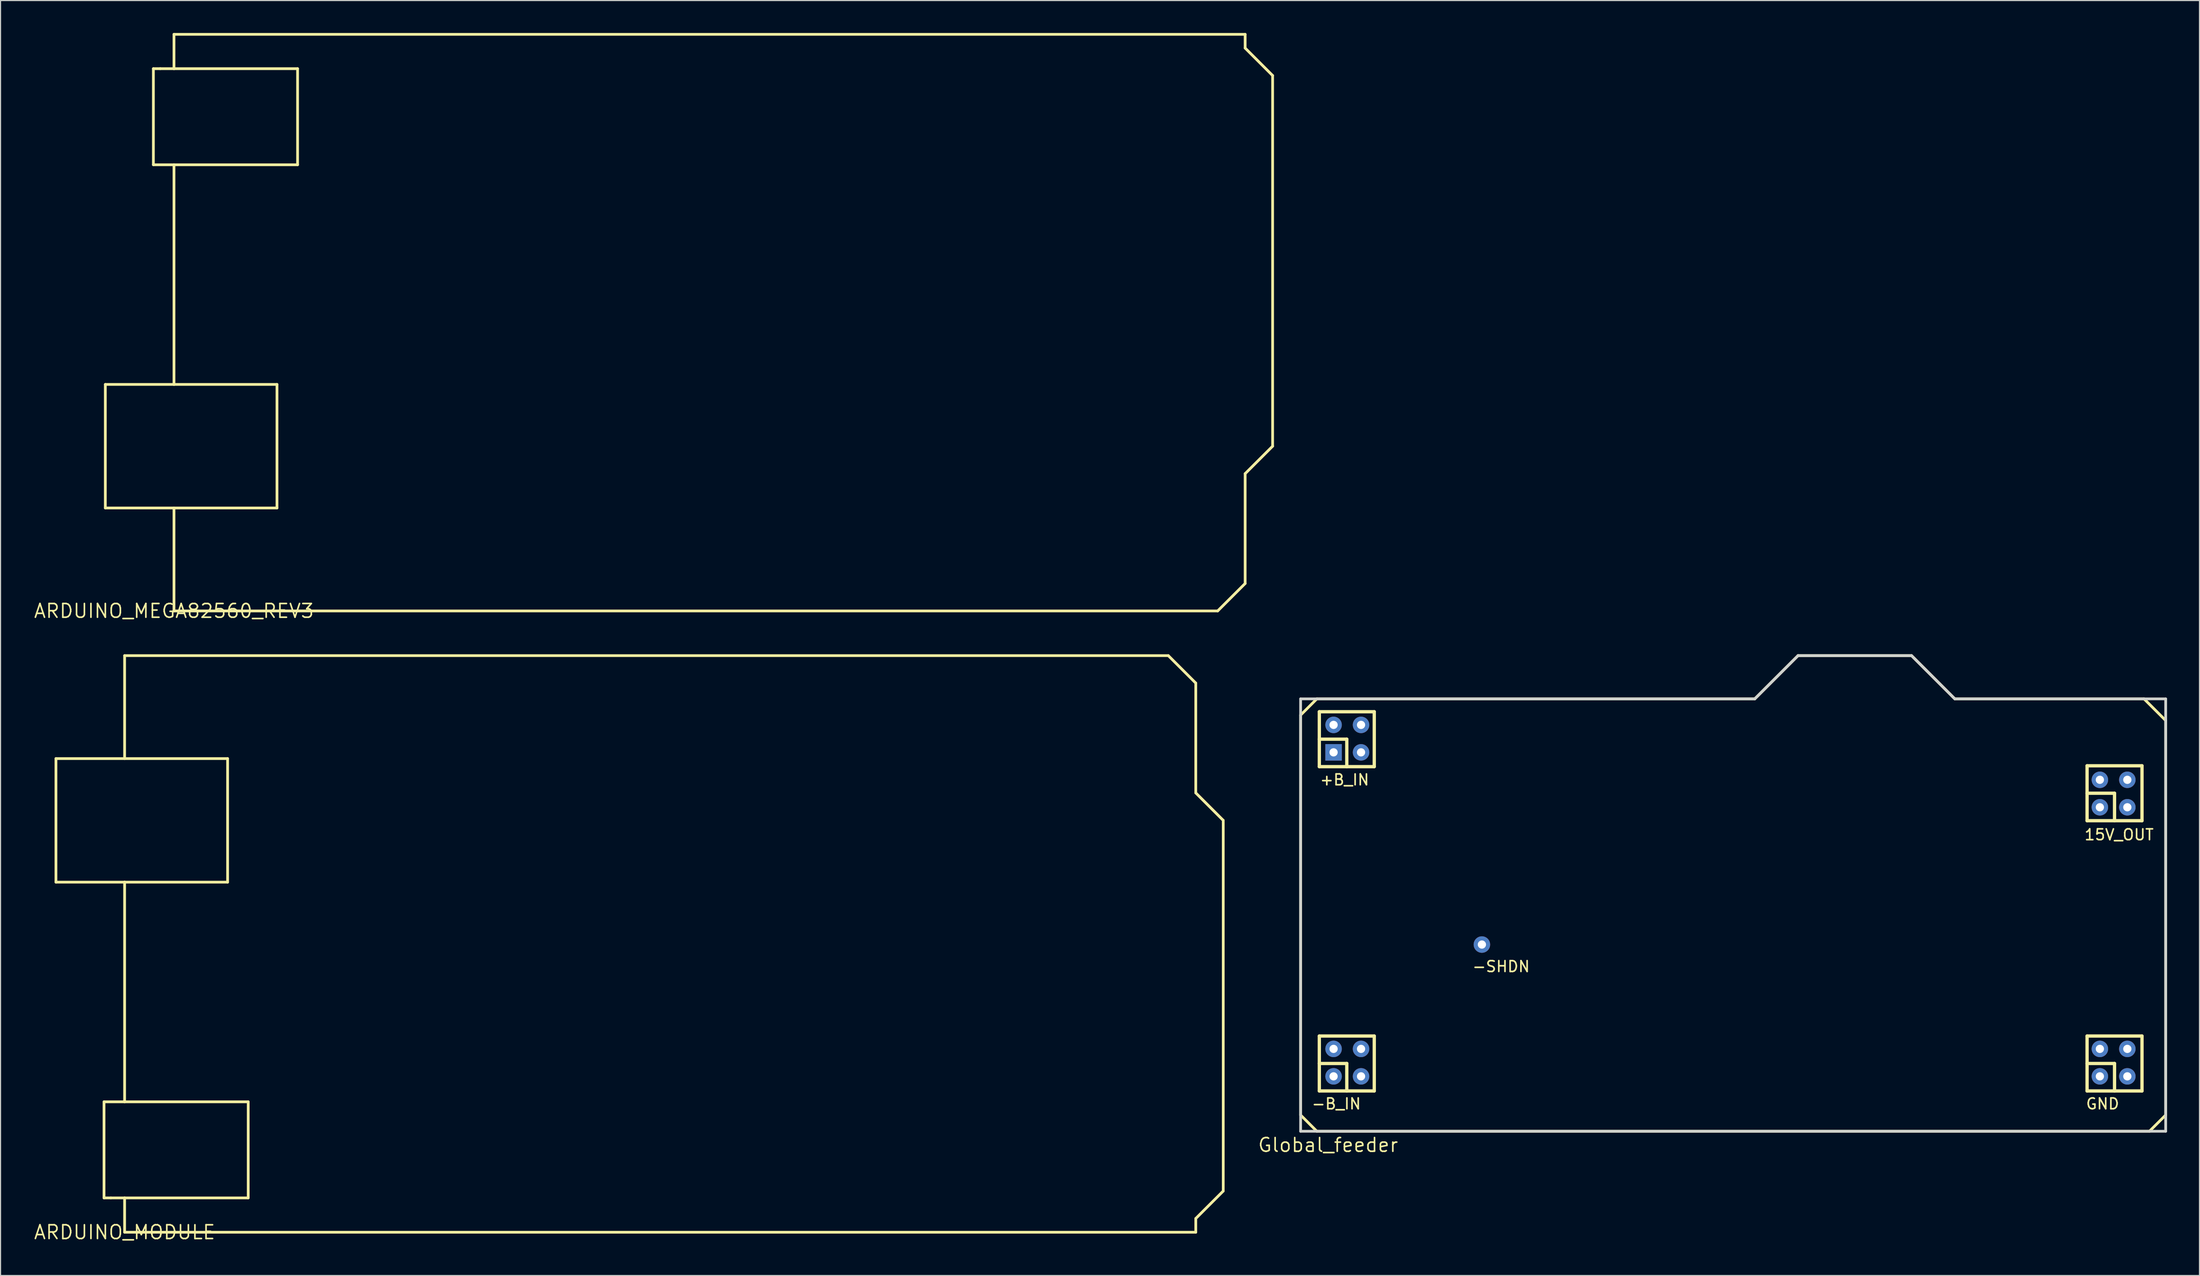
<source format=kicad_pcb>
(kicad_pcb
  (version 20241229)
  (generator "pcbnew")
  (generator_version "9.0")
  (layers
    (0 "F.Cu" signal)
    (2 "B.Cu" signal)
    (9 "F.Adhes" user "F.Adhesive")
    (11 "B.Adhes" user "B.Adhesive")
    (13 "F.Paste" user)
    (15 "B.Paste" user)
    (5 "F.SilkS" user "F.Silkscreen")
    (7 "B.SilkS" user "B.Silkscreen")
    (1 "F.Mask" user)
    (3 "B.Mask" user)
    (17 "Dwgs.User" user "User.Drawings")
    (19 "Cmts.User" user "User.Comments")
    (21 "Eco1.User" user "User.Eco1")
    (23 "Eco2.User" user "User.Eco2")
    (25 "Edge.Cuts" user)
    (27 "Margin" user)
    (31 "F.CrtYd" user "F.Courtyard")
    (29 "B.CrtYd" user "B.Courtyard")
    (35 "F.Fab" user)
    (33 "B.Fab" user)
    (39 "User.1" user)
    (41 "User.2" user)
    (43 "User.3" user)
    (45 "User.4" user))
  (footprint "ARDUINO_MODULE"
    (layer "F.Cu")
    (at 8.474 110.94)
    (property "Reference" "ARDUINO_MODULE" (at 0 0 0) (layer "F.SilkS") (effects (font (size 1.27 1.27) (thickness 0.15))))
    (attr through_hole)
    (fp_line (start -6.35 -43.815) (end 9.525 -43.815) (stroke (width 0.254) (type solid)) (layer "F.SilkS"))
    (fp_line (start -6.35 -32.385) (end -6.35 -43.815) (stroke (width 0.254) (type solid)) (layer "F.SilkS"))
    (fp_line (start -6.35 -32.385) (end 0 -32.385) (stroke (width 0.254) (type solid)) (layer "F.SilkS"))
    (fp_line (start -1.905 -12.065) (end 0 -12.065) (stroke (width 0.254) (type solid)) (layer "F.SilkS"))
    (fp_line (start -1.905 -3.175) (end -1.905 -12.065) (stroke (width 0.254) (type solid)) (layer "F.SilkS"))
    (fp_line (start -1.905 -3.175) (end -1.27 -3.175) (stroke (width 0.254) (type solid)) (layer "F.SilkS"))
    (fp_line (start -1.27 -3.175) (end 0 -3.175) (stroke (width 0.254) (type solid)) (layer "F.SilkS"))
    (fp_line (start 0 -53.34) (end 96.52 -53.34) (stroke (width 0.254) (type solid)) (layer "F.SilkS"))
    (fp_line (start 0 -43.815) (end 0 -53.34) (stroke (width 0.254) (type solid)) (layer "F.SilkS"))
    (fp_line (start 0 -32.385) (end 9.525 -32.385) (stroke (width 0.254) (type solid)) (layer "F.SilkS"))
    (fp_line (start 0 -12.065) (end 0 -32.385) (stroke (width 0.254) (type solid)) (layer "F.SilkS"))
    (fp_line (start 0 -12.065) (end 11.43 -12.065) (stroke (width 0.254) (type solid)) (layer "F.SilkS"))
    (fp_line (start 0 -3.175) (end 11.43 -3.175) (stroke (width 0.254) (type solid)) (layer "F.SilkS"))
    (fp_line (start 0 0) (end 0 -3.175) (stroke (width 0.254) (type solid)) (layer "F.SilkS"))
    (fp_line (start 0 0) (end 99.06 0) (stroke (width 0.254) (type solid)) (layer "F.SilkS"))
    (fp_line (start 9.525 -32.385) (end 9.525 -43.815) (stroke (width 0.254) (type solid)) (layer "F.SilkS"))
    (fp_line (start 11.43 -3.175) (end 11.43 -12.065) (stroke (width 0.254) (type solid)) (layer "F.SilkS"))
    (fp_line (start 96.52 -53.34) (end 99.06 -50.8) (stroke (width 0.254) (type solid)) (layer "F.SilkS"))
    (fp_line (start 99.06 -40.64) (end 99.06 -50.8) (stroke (width 0.254) (type solid)) (layer "F.SilkS"))
    (fp_line (start 99.06 -40.64) (end 101.6 -38.1) (stroke (width 0.254) (type solid)) (layer "F.SilkS"))
    (fp_line (start 99.06 -1.27) (end 101.6 -3.81) (stroke (width 0.254) (type solid)) (layer "F.SilkS"))
    (fp_line (start 99.06 0) (end 99.06 -1.27) (stroke (width 0.254) (type solid)) (layer "F.SilkS"))
    (fp_line (start 101.6 -3.81) (end 101.6 -38.1) (stroke (width 0.254) (type solid)) (layer "F.SilkS")))
  (footprint "ARDUINO_MEGA82560_REV3"
    (layer "F.Cu")
    (at 13.04 53.467)
    (property "Reference" "ARDUINO_MEGA82560_REV3" (at 0 0 0) (layer "F.SilkS") (effects (font (size 1.27 1.27) (thickness 0.15))))
    (attr through_hole)
    (fp_line (start -6.35 -20.955) (end 0 -20.955) (stroke (width 0.254) (type solid)) (layer "F.SilkS"))
    (fp_line (start -6.35 -9.525) (end -6.35 -20.955) (stroke (width 0.254) (type solid)) (layer "F.SilkS"))
    (fp_line (start -6.35 -9.525) (end 9.525 -9.525) (stroke (width 0.254) (type solid)) (layer "F.SilkS"))
    (fp_line (start -1.905 -50.165) (end -1.27 -50.165) (stroke (width 0.254) (type solid)) (layer "F.SilkS"))
    (fp_line (start -1.905 -41.275) (end -1.905 -50.165) (stroke (width 0.254) (type solid)) (layer "F.SilkS"))
    (fp_line (start -1.905 -41.275) (end 0 -41.275) (stroke (width 0.254) (type solid)) (layer "F.SilkS"))
    (fp_line (start -1.27 -50.165) (end 0 -50.165) (stroke (width 0.254) (type solid)) (layer "F.SilkS"))
    (fp_line (start 0 -53.34) (end 99.06 -53.34) (stroke (width 0.254) (type solid)) (layer "F.SilkS"))
    (fp_line (start 0 -50.165) (end 0 -53.34) (stroke (width 0.254) (type solid)) (layer "F.SilkS"))
    (fp_line (start 0 -50.165) (end 11.43 -50.165) (stroke (width 0.254) (type solid)) (layer "F.SilkS"))
    (fp_line (start 0 -41.275) (end 11.43 -41.275) (stroke (width 0.254) (type solid)) (layer "F.SilkS"))
    (fp_line (start 0 -20.955) (end 0 -41.275) (stroke (width 0.254) (type solid)) (layer "F.SilkS"))
    (fp_line (start 0 -20.955) (end 9.525 -20.955) (stroke (width 0.254) (type solid)) (layer "F.SilkS"))
    (fp_line (start 0 0) (end 0 -9.525) (stroke (width 0.254) (type solid)) (layer "F.SilkS"))
    (fp_line (start 0 0) (end 96.52 0) (stroke (width 0.254) (type solid)) (layer "F.SilkS"))
    (fp_line (start 9.525 -9.525) (end 9.525 -20.955) (stroke (width 0.254) (type solid)) (layer "F.SilkS"))
    (fp_line (start 11.43 -41.275) (end 11.43 -50.165) (stroke (width 0.254) (type solid)) (layer "F.SilkS"))
    (fp_line (start 96.52 0) (end 99.06 -2.54) (stroke (width 0.254) (type solid)) (layer "F.SilkS"))
    (fp_line (start 99.06 -52.07) (end 99.06 -53.34) (stroke (width 0.254) (type solid)) (layer "F.SilkS"))
    (fp_line (start 99.06 -52.07) (end 101.6 -49.53) (stroke (width 0.254) (type solid)) (layer "F.SilkS"))
    (fp_line (start 99.06 -12.7) (end 101.6 -15.24) (stroke (width 0.254) (type solid)) (layer "F.SilkS"))
    (fp_line (start 99.06 -2.54) (end 99.06 -12.7) (stroke (width 0.254) (type solid)) (layer "F.SilkS"))
    (fp_line (start 101.6 -15.24) (end 101.6 -49.53) (stroke (width 0.254) (type solid)) (layer "F.SilkS")))
  (footprint "Global_feeder"
    (layer "F.Cu")
    (at 117.23 101.6)
    (property "Reference" "Global_feeder" (at 2.54 1.27 0) (layer "F.SilkS") (effects (font (size 1.27 1.27) (thickness 0.15))))
    (attr through_hole)
    (fp_line (start 0 -38.5) (end 1.5 -40) (stroke (width 0.254) (type solid)) (layer "F.SilkS"))
    (fp_line (start 0 -1.5) (end 1.5 -0.00001) (stroke (width 0.254) (type solid)) (layer "F.SilkS"))
    (fp_line (start 0 -1.5) (end 0 -38.5) (stroke (width 0.254) (type solid)) (layer "F.SilkS"))
    (fp_line (start 1.5 -40) (end 42 -40) (stroke (width 0.254) (type solid)) (layer "F.SilkS"))
    (fp_line (start 1.5 -0.00001) (end 78.5 -0.00001) (stroke (width 0.254) (type solid)) (layer "F.SilkS"))
    (fp_line (start 1.73 -38.81) (end 6.81 -38.81) (stroke (width 0.305) (type solid)) (layer "F.SilkS"))
    (fp_line (start 1.73 -36.27) (end 4.27 -36.27) (stroke (width 0.305) (type solid)) (layer "F.SilkS"))
    (fp_line (start 1.73 -33.73) (end 1.73 -38.81) (stroke (width 0.305) (type solid)) (layer "F.SilkS"))
    (fp_line (start 1.73 -33.73) (end 6.81 -33.73) (stroke (width 0.305) (type solid)) (layer "F.SilkS"))
    (fp_line (start 1.73 -8.81) (end 6.81 -8.81) (stroke (width 0.305) (type solid)) (layer "F.SilkS"))
    (fp_line (start 1.73 -6.27) (end 4.27 -6.27) (stroke (width 0.305) (type solid)) (layer "F.SilkS"))
    (fp_line (start 1.73 -3.73) (end 1.73 -8.81) (stroke (width 0.305) (type solid)) (layer "F.SilkS"))
    (fp_line (start 1.73 -3.73) (end 6.81 -3.73) (stroke (width 0.305) (type solid)) (layer "F.SilkS"))
    (fp_line (start 4.27 -33.73) (end 4.27 -36.27) (stroke (width 0.305) (type solid)) (layer "F.SilkS"))
    (fp_line (start 4.27 -3.73) (end 4.27 -6.27) (stroke (width 0.305) (type solid)) (layer "F.SilkS"))
    (fp_line (start 6.81 -33.73) (end 6.81 -38.81) (stroke (width 0.305) (type solid)) (layer "F.SilkS"))
    (fp_line (start 6.81 -3.73) (end 6.81 -8.81) (stroke (width 0.305) (type solid)) (layer "F.SilkS"))
    (fp_line (start 42 -40) (end 46 -44) (stroke (width 0.254) (type solid)) (layer "F.SilkS"))
    (fp_line (start 46 -44) (end 56.5 -44) (stroke (width 0.254) (type solid)) (layer "F.SilkS"))
    (fp_line (start 56.5 -44) (end 60.5 -40) (stroke (width 0.254) (type solid)) (layer "F.SilkS"))
    (fp_line (start 60.5 -40) (end 78 -40) (stroke (width 0.254) (type solid)) (layer "F.SilkS"))
    (fp_line (start 72.73 -33.81) (end 77.81 -33.81) (stroke (width 0.305) (type solid)) (layer "F.SilkS"))
    (fp_line (start 72.73 -31.27) (end 75.27 -31.27) (stroke (width 0.305) (type solid)) (layer "F.SilkS"))
    (fp_line (start 72.73 -28.73) (end 72.73 -33.81) (stroke (width 0.305) (type solid)) (layer "F.SilkS"))
    (fp_line (start 72.73 -28.73) (end 77.81 -28.73) (stroke (width 0.305) (type solid)) (layer "F.SilkS"))
    (fp_line (start 72.73 -8.81) (end 77.81 -8.81) (stroke (width 0.305) (type solid)) (layer "F.SilkS"))
    (fp_line (start 72.73 -6.27) (end 75.27 -6.27) (stroke (width 0.305) (type solid)) (layer "F.SilkS"))
    (fp_line (start 72.73 -3.73) (end 72.73 -8.81) (stroke (width 0.305) (type solid)) (layer "F.SilkS"))
    (fp_line (start 72.73 -3.73) (end 77.81 -3.73) (stroke (width 0.305) (type solid)) (layer "F.SilkS"))
    (fp_line (start 75.27 -28.73) (end 75.27 -31.27) (stroke (width 0.305) (type solid)) (layer "F.SilkS"))
    (fp_line (start 75.27 -3.73) (end 75.27 -6.27) (stroke (width 0.305) (type solid)) (layer "F.SilkS"))
    (fp_line (start 77.81 -28.73) (end 77.81 -33.81) (stroke (width 0.305) (type solid)) (layer "F.SilkS"))
    (fp_line (start 77.81 -3.73) (end 77.81 -8.81) (stroke (width 0.305) (type solid)) (layer "F.SilkS"))
    (fp_line (start 78 -40) (end 80 -38) (stroke (width 0.254) (type solid)) (layer "F.SilkS"))
    (fp_line (start 78.5 -0.00001) (end 80 -1.5) (stroke (width 0.254) (type solid)) (layer "F.SilkS"))
    (fp_line (start 80 -1.5) (end 80 -38) (stroke (width 0.254) (type solid)) (layer "F.SilkS"))
    (fp_line (start 0 -40) (end 42 -40) (stroke (width 0.254) (type solid)) (layer "Edge.Cuts"))
    (fp_line (start 0 0) (end 0 -40) (stroke (width 0.254) (type solid)) (layer "Edge.Cuts"))
    (fp_line (start 0 0) (end 80 0) (stroke (width 0.254) (type solid)) (layer "Edge.Cuts"))
    (fp_line (start 42 -40) (end 46 -44) (stroke (width 0.254) (type solid)) (layer "Edge.Cuts"))
    (fp_line (start 46 -44) (end 56.5 -44) (stroke (width 0.254) (type solid)) (layer "Edge.Cuts"))
    (fp_line (start 56.5 -44) (end 60.5 -40) (stroke (width 0.254) (type solid)) (layer "Edge.Cuts"))
    (fp_line (start 60.5 -40) (end 80 -40) (stroke (width 0.254) (type solid)) (layer "Edge.Cuts"))
    (fp_line (start 80 0) (end 80 -40) (stroke (width 0.254) (type solid)) (layer "Edge.Cuts"))
    (fp_text user "15V_OUT" (at 75.692 -27.432 0) (layer "F.SilkS") (effects (font (size 1 1) (thickness 0.15))))
    (fp_text user "GND" (at 74.168 -2.54 0) (layer "F.SilkS") (effects (font (size 1 1) (thickness 0.15))))
    (fp_text user "+B_IN" (at 4.064 -32.512 0) (layer "F.SilkS") (effects (font (size 1 1) (thickness 0.15))))
    (fp_text user "-SHDN" (at 18.542 -15.24 0) (layer "F.SilkS") (effects (font (size 1 1) (thickness 0.15))))
    (fp_text user "-B_IN" (at 3.302 -2.54 0) (layer "F.SilkS") (effects (font (size 1 1) (thickness 0.15))))
    (pad "1" thru_hole trapezoid (at 3.048 -35.052) (size 1.524 1.524) (drill 0.762) (layers "*.Cu" "*.Mask"))
    (pad "2" thru_hole circle (at 3.048 -5.08) (size 1.524 1.524) (drill 0.762) (layers "*.Cu" "*.Mask"))
    (pad "3" thru_hole circle (at 16.764 -17.272) (size 1.524 1.524) (drill 0.762) (layers "*.Cu" "*.Mask"))
    (pad "4" thru_hole circle (at 73.914 -29.972) (size 1.524 1.524) (drill 0.762) (layers "*.Cu" "*.Mask"))
    (pad "5" thru_hole circle (at 73.914 -5.08) (size 1.524 1.524) (drill 0.762) (layers "*.Cu" "*.Mask"))
    (pad "6" thru_hole circle (at 3.048 -37.592) (size 1.524 1.524) (drill 0.762) (layers "*.Cu" "*.Mask"))
    (pad "7" thru_hole circle (at 5.588 -37.592) (size 1.524 1.524) (drill 0.762) (layers "*.Cu" "*.Mask"))
    (pad "8" thru_hole circle (at 5.588 -35.052) (size 1.524 1.524) (drill 0.762) (layers "*.Cu" "*.Mask"))
    (pad "9" thru_hole circle (at 3.048 -7.62) (size 1.524 1.524) (drill 0.762) (layers "*.Cu" "*.Mask"))
    (pad "10" thru_hole circle (at 5.588 -7.62) (size 1.524 1.524) (drill 0.762) (layers "*.Cu" "*.Mask"))
    (pad "11" thru_hole circle (at 5.588 -5.08) (size 1.524 1.524) (drill 0.762) (layers "*.Cu" "*.Mask"))
    (pad "12" thru_hole circle (at 73.914 -7.62) (size 1.524 1.524) (drill 0.762) (layers "*.Cu" "*.Mask"))
    (pad "13" thru_hole circle (at 76.454 -7.62) (size 1.524 1.524) (drill 0.762) (layers "*.Cu" "*.Mask"))
    (pad "14" thru_hole circle (at 76.454 -5.08) (size 1.524 1.524) (drill 0.762) (layers "*.Cu" "*.Mask"))
    (pad "15" thru_hole circle (at 73.914 -32.512) (size 1.524 1.524) (drill 0.762) (layers "*.Cu" "*.Mask"))
    (pad "16" thru_hole circle (at 76.454 -32.512) (size 1.524 1.524) (drill 0.762) (layers "*.Cu" "*.Mask"))
    (pad "17" thru_hole circle (at 76.454 -29.972) (size 1.524 1.524) (drill 0.762) (layers "*.Cu" "*.Mask")))
  (gr_rect
    (start -3 -3)
    (end 200.357 114.946)
    (stroke (width 0.1) (type default))
    (fill no)
    (layer "Edge.Cuts")))
</source>
